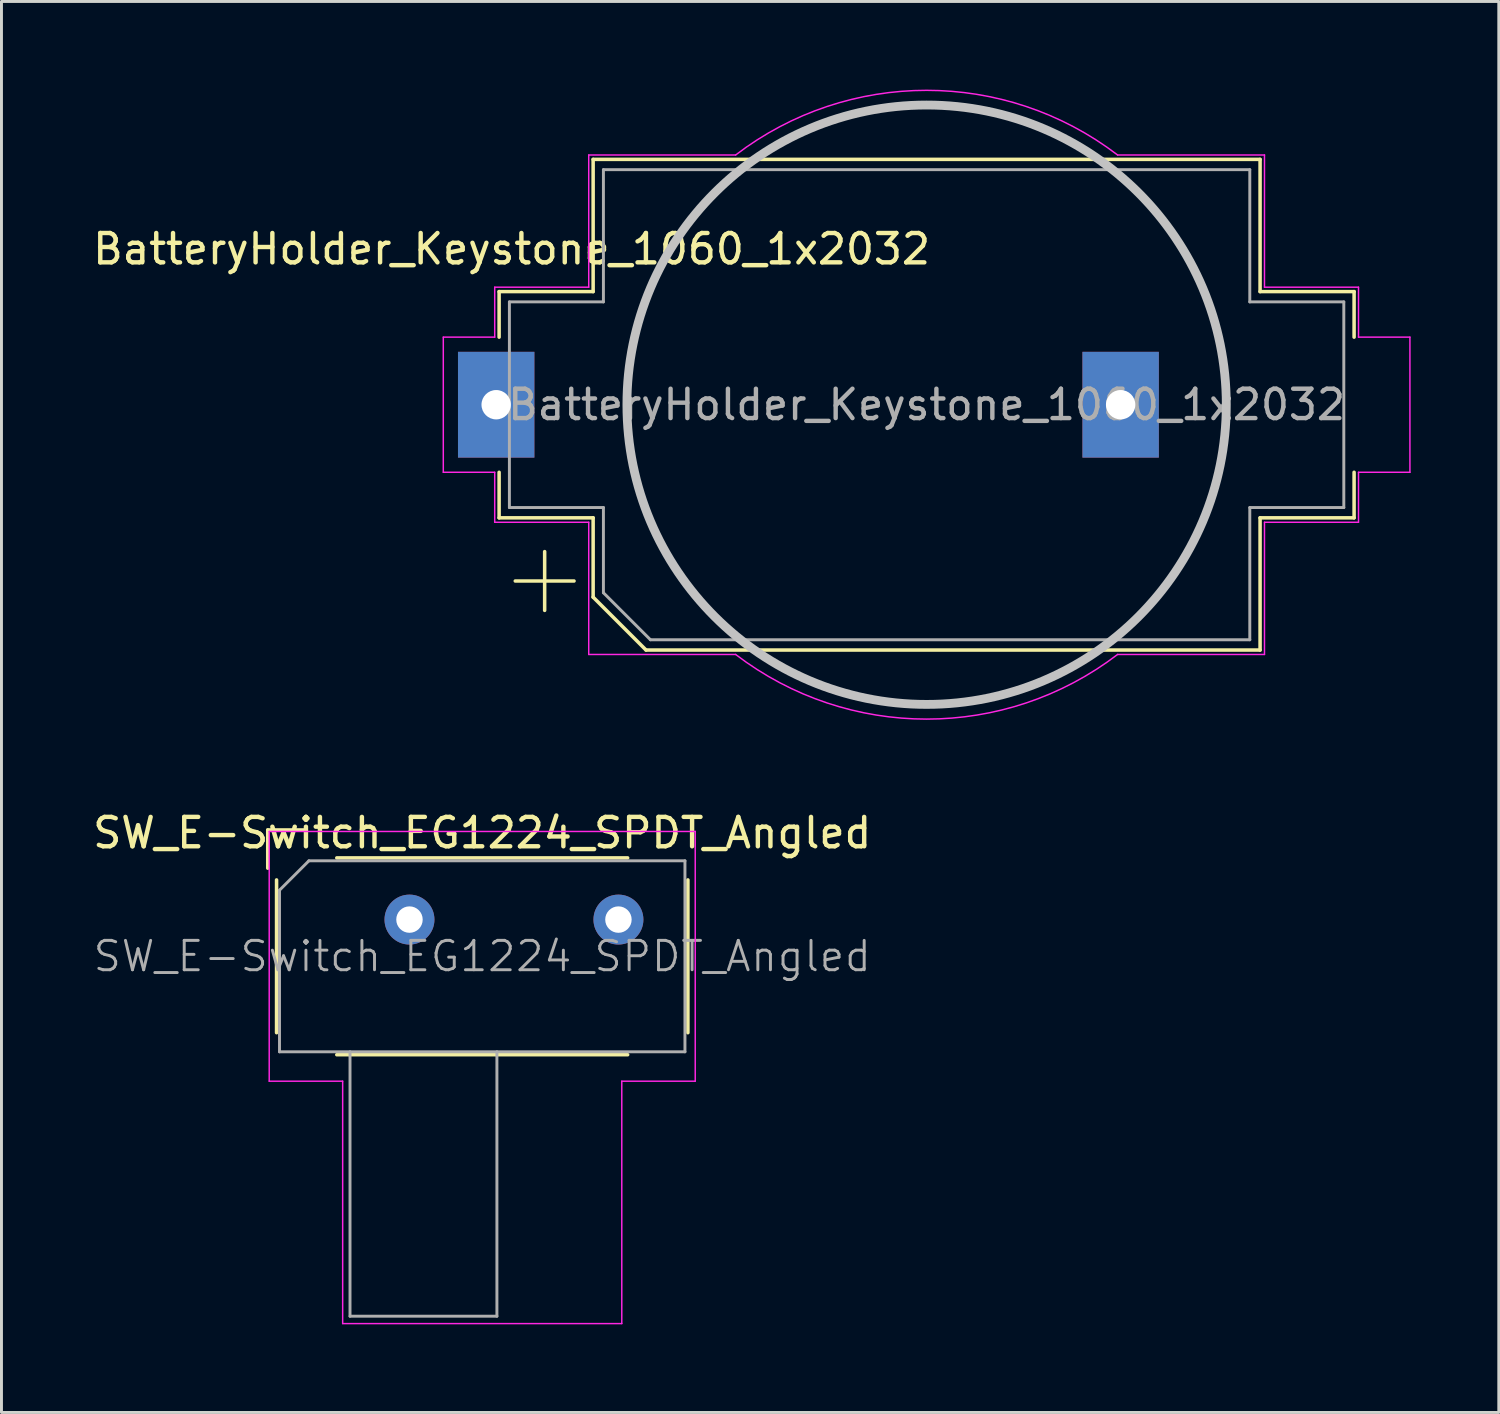
<source format=kicad_pcb>
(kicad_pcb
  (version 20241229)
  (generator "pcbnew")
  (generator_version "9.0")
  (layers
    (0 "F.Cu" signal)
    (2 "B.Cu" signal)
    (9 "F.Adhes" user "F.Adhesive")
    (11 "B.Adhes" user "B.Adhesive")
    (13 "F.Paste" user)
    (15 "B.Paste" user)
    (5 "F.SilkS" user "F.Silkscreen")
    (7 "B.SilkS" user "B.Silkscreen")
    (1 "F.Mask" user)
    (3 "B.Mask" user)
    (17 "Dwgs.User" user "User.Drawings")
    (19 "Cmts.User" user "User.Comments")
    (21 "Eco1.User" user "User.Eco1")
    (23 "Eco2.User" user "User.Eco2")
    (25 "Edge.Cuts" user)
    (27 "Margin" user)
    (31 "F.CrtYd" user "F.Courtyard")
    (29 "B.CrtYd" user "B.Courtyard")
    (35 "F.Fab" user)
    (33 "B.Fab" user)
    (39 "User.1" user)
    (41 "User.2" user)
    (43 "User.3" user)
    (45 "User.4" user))
  (footprint "BatteryHolder_Keystone_1060_1x2032"
    (layer "F.Cu")
    (at 28.488 10.725)
    (property "Reference" "BatteryHolder_Keystone_1060_1x2032" (at -14.125 -5.3 0) (layer "F.SilkS") (effects (font (size 1 1) (thickness 0.15))))
    (attr smd)
    (fp_line (start -14.55 -3.85) (end -14.55 -2.3) (stroke (width 0.12) (type solid)) (layer "F.SilkS"))
    (fp_line (start -14.55 3.85) (end -14.55 2.3) (stroke (width 0.12) (type solid)) (layer "F.SilkS"))
    (fp_line (start -13 5) (end -13 7) (stroke (width 0.12) (type solid)) (layer "F.SilkS"))
    (fp_line (start -12 6) (end -14 6) (stroke (width 0.12) (type solid)) (layer "F.SilkS"))
    (fp_line (start -11.35 -8.35) (end -11.35 -3.85) (stroke (width 0.12) (type solid)) (layer "F.SilkS"))
    (fp_line (start -11.35 -8.35) (end 11.35 -8.35) (stroke (width 0.12) (type solid)) (layer "F.SilkS"))
    (fp_line (start -11.35 -3.85) (end -14.55 -3.85) (stroke (width 0.12) (type solid)) (layer "F.SilkS"))
    (fp_line (start -11.35 3.85) (end -14.55 3.85) (stroke (width 0.12) (type solid)) (layer "F.SilkS"))
    (fp_line (start -11.35 6.55) (end -11.35 3.85) (stroke (width 0.12) (type solid)) (layer "F.SilkS"))
    (fp_line (start -9.55 8.35) (end -11.35 6.55) (stroke (width 0.12) (type solid)) (layer "F.SilkS"))
    (fp_line (start 11.35 -8.35) (end 11.35 -3.85) (stroke (width 0.12) (type solid)) (layer "F.SilkS"))
    (fp_line (start 11.35 -3.85) (end 14.55 -3.85) (stroke (width 0.12) (type solid)) (layer "F.SilkS"))
    (fp_line (start 11.35 3.85) (end 14.55 3.85) (stroke (width 0.12) (type solid)) (layer "F.SilkS"))
    (fp_line (start 11.35 8.35) (end -9.55 8.35) (stroke (width 0.12) (type solid)) (layer "F.SilkS"))
    (fp_line (start 11.35 8.35) (end 11.35 3.85) (stroke (width 0.12) (type solid)) (layer "F.SilkS"))
    (fp_line (start 14.55 -3.85) (end 14.55 -2.3) (stroke (width 0.12) (type solid)) (layer "F.SilkS"))
    (fp_line (start 14.55 3.85) (end 14.55 2.3) (stroke (width 0.12) (type solid)) (layer "F.SilkS"))
    (fp_circle (center 0 0) (end -10.2 0) (stroke (width 0.3) (type solid)) (fill no) (layer "Dwgs.User"))
    (fp_line (start -16.45 2.3) (end -16.45 -2.3) (stroke (width 0.05) (type solid)) (layer "F.CrtYd"))
    (fp_line (start -14.7 -4) (end -11.5 -4) (stroke (width 0.05) (type solid)) (layer "F.CrtYd"))
    (fp_line (start -14.7 -2.3) (end -16.45 -2.3) (stroke (width 0.05) (type solid)) (layer "F.CrtYd"))
    (fp_line (start -14.7 -2.3) (end -14.7 -4) (stroke (width 0.05) (type solid)) (layer "F.CrtYd"))
    (fp_line (start -14.7 2.3) (end -16.45 2.3) (stroke (width 0.05) (type solid)) (layer "F.CrtYd"))
    (fp_line (start -14.7 4) (end -14.7 2.3) (stroke (width 0.05) (type solid)) (layer "F.CrtYd"))
    (fp_line (start -14.7 4) (end -11.5 4) (stroke (width 0.05) (type solid)) (layer "F.CrtYd"))
    (fp_line (start -11.5 -8.5) (end -6.5 -8.5) (stroke (width 0.05) (type solid)) (layer "F.CrtYd"))
    (fp_line (start -11.5 -4) (end -11.5 -8.5) (stroke (width 0.05) (type solid)) (layer "F.CrtYd"))
    (fp_line (start -11.5 4) (end -11.5 8.5) (stroke (width 0.05) (type solid)) (layer "F.CrtYd"))
    (fp_line (start -6.5 8.5) (end -11.5 8.5) (stroke (width 0.05) (type solid)) (layer "F.CrtYd"))
    (fp_line (start 11.5 -8.5) (end 6.5 -8.5) (stroke (width 0.05) (type solid)) (layer "F.CrtYd"))
    (fp_line (start 11.5 -8.5) (end 11.5 -4) (stroke (width 0.05) (type solid)) (layer "F.CrtYd"))
    (fp_line (start 11.5 -4) (end 14.7 -4) (stroke (width 0.05) (type solid)) (layer "F.CrtYd"))
    (fp_line (start 11.5 4) (end 11.5 8.5) (stroke (width 0.05) (type solid)) (layer "F.CrtYd"))
    (fp_line (start 11.5 8.5) (end 6.5 8.5) (stroke (width 0.05) (type solid)) (layer "F.CrtYd"))
    (fp_line (start 14.7 -4) (end 14.7 -2.3) (stroke (width 0.05) (type solid)) (layer "F.CrtYd"))
    (fp_line (start 14.7 -2.3) (end 16.45 -2.3) (stroke (width 0.05) (type solid)) (layer "F.CrtYd"))
    (fp_line (start 14.7 2.3) (end 14.7 4) (stroke (width 0.05) (type solid)) (layer "F.CrtYd"))
    (fp_line (start 14.7 4) (end 11.5 4) (stroke (width 0.05) (type solid)) (layer "F.CrtYd"))
    (fp_line (start 16.45 -2.3) (end 16.45 2.3) (stroke (width 0.05) (type solid)) (layer "F.CrtYd"))
    (fp_line (start 16.45 2.3) (end 14.7 2.3) (stroke (width 0.05) (type solid)) (layer "F.CrtYd"))
    (fp_arc (start -6.499999 -8.5) (mid 0 -10.700467) (end 6.5 -8.5) (stroke (width 0.05) (type solid)) (layer "F.CrtYd"))
    (fp_arc (start 6.499999 8.5) (mid 0 10.700467) (end -6.5 8.5) (stroke (width 0.05) (type solid)) (layer "F.CrtYd"))
    (fp_line (start -14.2 -3.5) (end -11 -3.5) (stroke (width 0.1) (type solid)) (layer "F.Fab"))
    (fp_line (start -14.2 3.5) (end -14.2 -3.5) (stroke (width 0.1) (type solid)) (layer "F.Fab"))
    (fp_line (start -11 -8) (end -11 -3.5) (stroke (width 0.1) (type solid)) (layer "F.Fab"))
    (fp_line (start -11 3.5) (end -14.2 3.5) (stroke (width 0.1) (type solid)) (layer "F.Fab"))
    (fp_line (start -11 6.4) (end -11 3.5) (stroke (width 0.1) (type solid)) (layer "F.Fab"))
    (fp_line (start -9.4 8) (end -11 6.4) (stroke (width 0.1) (type solid)) (layer "F.Fab"))
    (fp_line (start 11 -8) (end -11 -8) (stroke (width 0.1) (type solid)) (layer "F.Fab"))
    (fp_line (start 11 -8) (end 11 -3.5) (stroke (width 0.1) (type solid)) (layer "F.Fab"))
    (fp_line (start 11 3.5) (end 14.2 3.5) (stroke (width 0.1) (type solid)) (layer "F.Fab"))
    (fp_line (start 11 8) (end -9.4 8) (stroke (width 0.1) (type solid)) (layer "F.Fab"))
    (fp_line (start 11 8) (end 11 3.5) (stroke (width 0.1) (type solid)) (layer "F.Fab"))
    (fp_line (start 14.2 -3.5) (end 11 -3.5) (stroke (width 0.1) (type solid)) (layer "F.Fab"))
    (fp_line (start 14.2 3.5) (end 14.2 -3.5) (stroke (width 0.1) (type solid)) (layer "F.Fab"))
    (fp_text user "${REFERENCE}" (at 0 0 0) (layer "F.Fab") (effects (font (size 1 1) (thickness 0.15))))
    (pad "1" thru_hole rect (at -14.65 0 180) (size 2.6 3.6) (drill 1) (layers "*.Cu" "F.Mask" "F.Paste"))
    (pad "2" thru_hole rect (at 6.604 0 180) (size 2.6 3.6) (drill 1) (layers "*.Cu" "F.Mask" "F.Paste")))
  (footprint "SW_E-Switch_EG1224_SPDT_Angled"
    (layer "F.Cu")
    (at 9.363 28.249)
    (property "Reference" "SW_E-Switch_EG1224_SPDT_Angled" (at 4 -2.95 0) (layer "F.SilkS") (effects (font (size 1 1) (thickness 0.15))))
    (attr through_hole)
    (fp_line (start -3.3 -3.05) (end -2 -3.05) (stroke (width 0.12) (type solid)) (layer "F.SilkS"))
    (fp_line (start -3.3 -1.75) (end -3.3 -3.05) (stroke (width 0.12) (type solid)) (layer "F.SilkS"))
    (fp_line (start -3 3.85) (end -3 -1.35) (stroke (width 0.12) (type solid)) (layer "F.SilkS"))
    (fp_line (start -0.95 -2.1) (end 8.95 -2.1) (stroke (width 0.12) (type solid)) (layer "F.SilkS"))
    (fp_line (start 8.95 4.6) (end -0.95 4.6) (stroke (width 0.12) (type solid)) (layer "F.SilkS"))
    (fp_line (start 11 -1.35) (end 11 3.85) (stroke (width 0.12) (type solid)) (layer "F.SilkS"))
    (fp_line (start -3.25 -3) (end 11.25 -3) (stroke (width 0.05) (type solid)) (layer "F.CrtYd"))
    (fp_line (start -3.25 5.5) (end -3.25 -3) (stroke (width 0.05) (type solid)) (layer "F.CrtYd"))
    (fp_line (start -0.75 5.5) (end -3.25 5.5) (stroke (width 0.05) (type solid)) (layer "F.CrtYd"))
    (fp_line (start -0.75 13.75) (end -0.75 5.5) (stroke (width 0.05) (type solid)) (layer "F.CrtYd"))
    (fp_line (start 8.75 5.5) (end 8.75 13.75) (stroke (width 0.05) (type solid)) (layer "F.CrtYd"))
    (fp_line (start 8.75 13.75) (end -0.75 13.75) (stroke (width 0.05) (type solid)) (layer "F.CrtYd"))
    (fp_line (start 11.25 -3) (end 11.25 5.5) (stroke (width 0.05) (type solid)) (layer "F.CrtYd"))
    (fp_line (start 11.25 5.5) (end 8.75 5.5) (stroke (width 0.05) (type solid)) (layer "F.CrtYd"))
    (fp_line (start -2.9 4.5) (end -2.9 -1) (stroke (width 0.1) (type solid)) (layer "F.Fab"))
    (fp_line (start -1.9 -2) (end -2.9 -1) (stroke (width 0.1) (type solid)) (layer "F.Fab"))
    (fp_line (start -1.9 -2) (end 10.9 -2) (stroke (width 0.1) (type solid)) (layer "F.Fab"))
    (fp_line (start -0.5 13.5) (end -0.5 4.5) (stroke (width 0.1) (type solid)) (layer "F.Fab"))
    (fp_line (start 4.5 4.5) (end 4.5 13.5) (stroke (width 0.1) (type solid)) (layer "F.Fab"))
    (fp_line (start 4.5 13.5) (end -0.5 13.5) (stroke (width 0.1) (type solid)) (layer "F.Fab"))
    (fp_line (start 10.9 -2) (end 10.9 4.5) (stroke (width 0.1) (type solid)) (layer "F.Fab"))
    (fp_line (start 10.9 4.5) (end -2.9 4.5) (stroke (width 0.1) (type solid)) (layer "F.Fab"))
    (fp_text user "${REFERENCE}" (at 4 1.25 0) (layer "F.Fab") (effects (font (size 1 1) (thickness 0.1))))
    (pad "1" thru_hole circle (at 8.636 0) (size 1.7 1.7) (drill 0.9) (layers "*.Cu" "*.Mask"))
    (pad "2" thru_hole circle (at 1.524 0) (size 1.7 1.7) (drill 0.9) (layers "*.Cu" "*.Mask")))
  (gr_rect
    (start -3 -3)
    (end 47.963 45.024)
    (stroke (width 0.1) (type default))
    (fill no)
    (layer "Edge.Cuts")))
</source>
